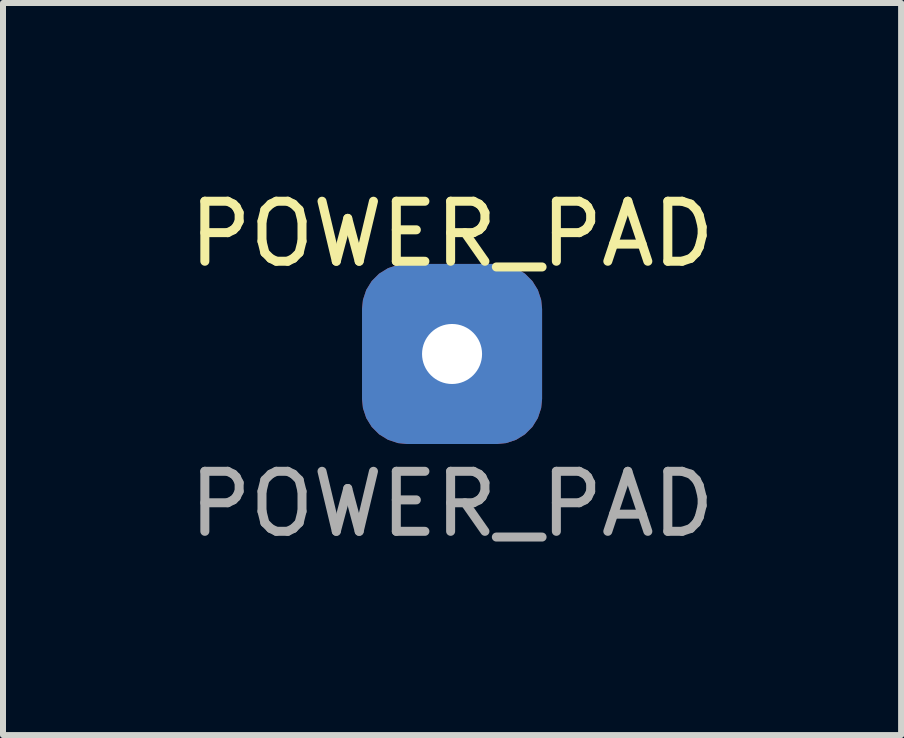
<source format=kicad_pcb>
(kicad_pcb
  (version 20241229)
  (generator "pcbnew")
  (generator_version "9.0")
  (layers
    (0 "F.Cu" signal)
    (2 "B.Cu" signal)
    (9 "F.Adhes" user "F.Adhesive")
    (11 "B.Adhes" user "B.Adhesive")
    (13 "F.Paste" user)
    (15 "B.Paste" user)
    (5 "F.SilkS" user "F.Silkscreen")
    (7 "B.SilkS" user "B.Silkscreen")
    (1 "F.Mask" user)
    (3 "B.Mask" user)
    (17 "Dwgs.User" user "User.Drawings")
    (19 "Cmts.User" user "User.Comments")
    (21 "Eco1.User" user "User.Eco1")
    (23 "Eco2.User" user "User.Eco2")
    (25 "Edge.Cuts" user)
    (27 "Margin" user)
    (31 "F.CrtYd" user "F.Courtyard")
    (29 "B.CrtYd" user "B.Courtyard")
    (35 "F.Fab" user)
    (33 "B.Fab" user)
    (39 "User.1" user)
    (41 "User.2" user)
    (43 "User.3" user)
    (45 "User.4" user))
  (footprint "POWER_PAD"
    (layer "F.Cu")
    (at 4.482 2.848)
    (property "Reference" "POWER_PAD" (at 0 -2 0) (unlocked yes) (layer "F.SilkS") (effects (font (size 1 1) (thickness 0.15))))
    (attr through_hole)
    (fp_text user "${REFERENCE}" (at 0 2.5 0) (unlocked yes) (layer "F.Fab") (effects (font (size 1 1) (thickness 0.15))))
    (pad "1" thru_hole roundrect (at 0 0) (size 3 3) (drill 1) (layers "*.Cu" "*.Mask") (roundrect_rratio 0.25)))
  (gr_rect
    (start -3 -3)
    (end 11.964 9.197)
    (stroke (width 0.1) (type default))
    (fill no)
    (layer "Edge.Cuts")))
</source>
